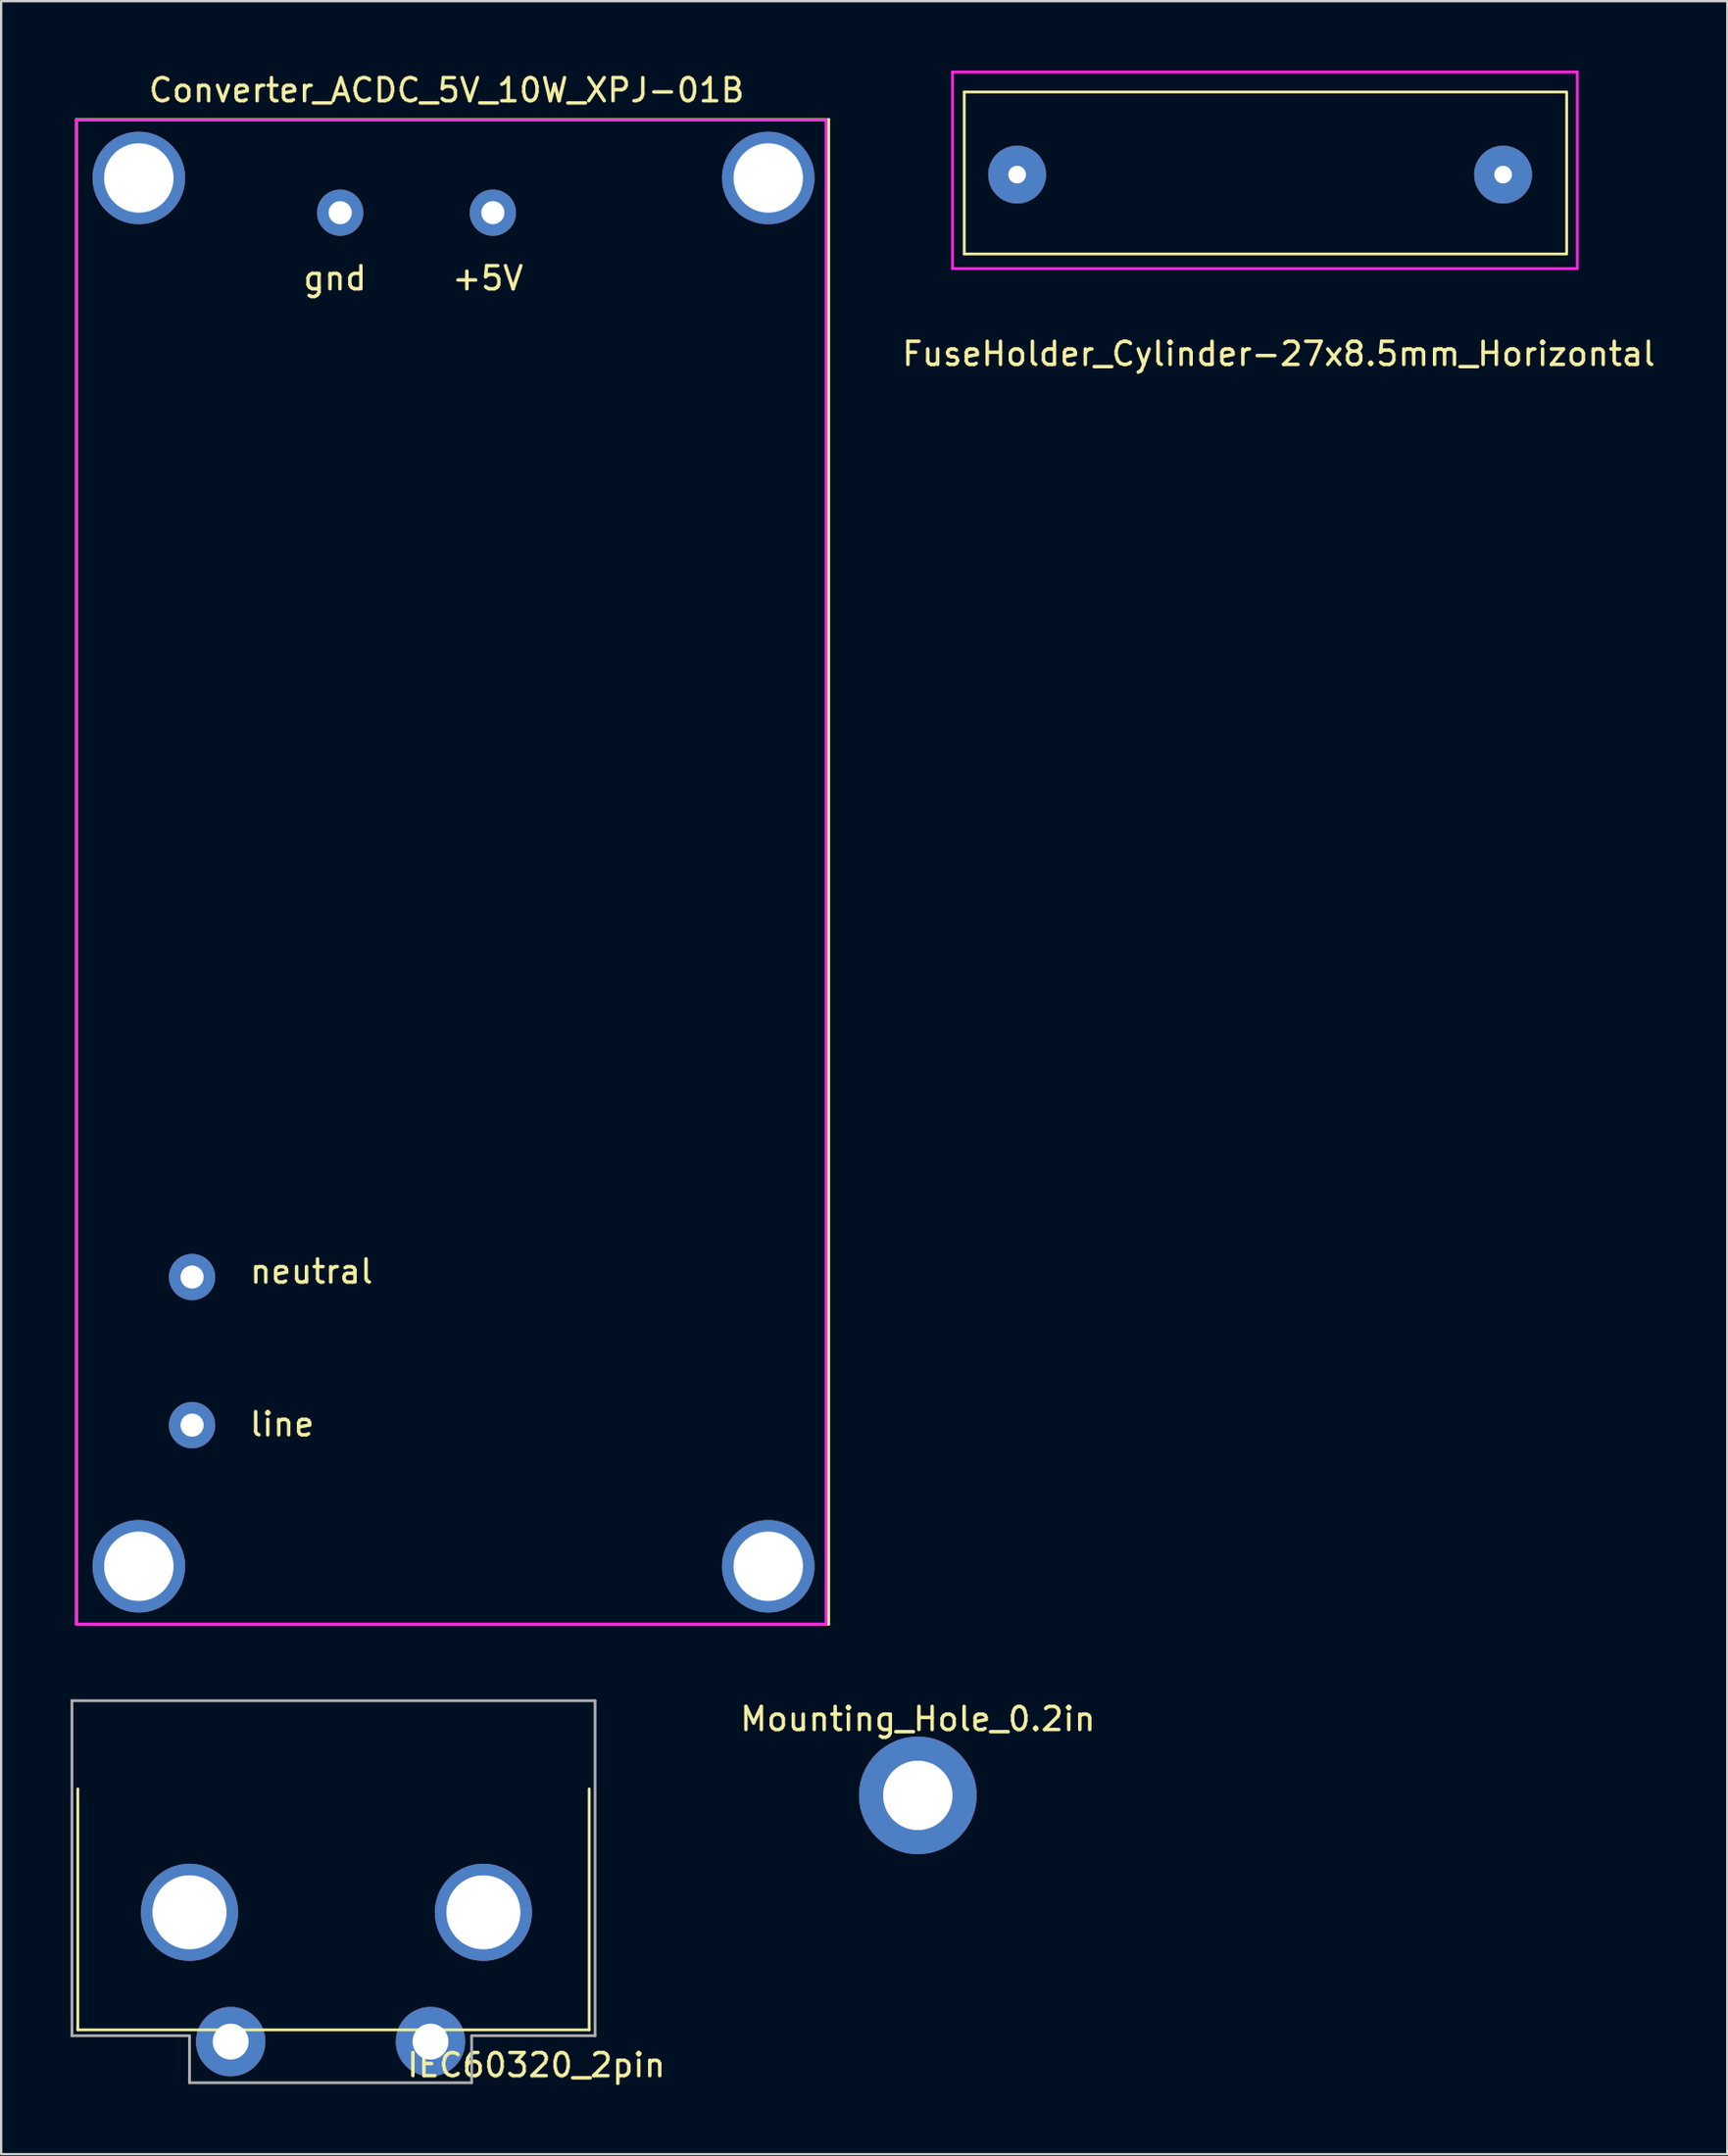
<source format=kicad_pcb>
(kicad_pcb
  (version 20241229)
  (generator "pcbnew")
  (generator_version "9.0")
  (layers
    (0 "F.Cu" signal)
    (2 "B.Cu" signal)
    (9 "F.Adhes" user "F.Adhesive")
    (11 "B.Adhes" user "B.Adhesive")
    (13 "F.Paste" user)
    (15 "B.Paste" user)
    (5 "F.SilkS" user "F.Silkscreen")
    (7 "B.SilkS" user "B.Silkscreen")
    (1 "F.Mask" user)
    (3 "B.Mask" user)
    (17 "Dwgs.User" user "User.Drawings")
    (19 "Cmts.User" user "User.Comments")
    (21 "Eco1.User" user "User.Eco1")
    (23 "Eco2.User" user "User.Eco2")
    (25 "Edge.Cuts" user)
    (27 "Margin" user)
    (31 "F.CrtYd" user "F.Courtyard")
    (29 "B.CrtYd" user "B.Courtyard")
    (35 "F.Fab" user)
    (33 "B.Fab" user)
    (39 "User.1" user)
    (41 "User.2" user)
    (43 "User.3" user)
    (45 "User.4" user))
  (footprint "FuseHolder_Cylinder-27x8.5mm_Horizontal"
    (layer "F.Cu")
    (at 40.906 4.496)
    (property "Reference" "FuseHolder_Cylinder-27x8.5mm_Horizontal" (at 11.303 7.747 0) (layer "F.SilkS") (effects (font (size 1 1) (thickness 0.15))))
    (attr through_hole)
    (fp_line (start -2.286 -3.571) (end -2.286 3.429) (stroke (width 0.12) (type solid)) (layer "F.SilkS"))
    (fp_line (start -2.286 -3.571) (end 23.714 -3.571) (stroke (width 0.12) (type solid)) (layer "F.SilkS"))
    (fp_line (start -2.286 3.429) (end 23.714 3.429) (stroke (width 0.12) (type solid)) (layer "F.SilkS"))
    (fp_line (start 23.749 -3.571) (end 23.749 3.429) (stroke (width 0.12) (type solid)) (layer "F.SilkS"))
    (fp_line (start -2.794 -4.436) (end -2.794 4.064) (stroke (width 0.12) (type solid)) (layer "F.CrtYd"))
    (fp_line (start -2.794 -4.436) (end 24.206 -4.436) (stroke (width 0.12) (type solid)) (layer "F.CrtYd"))
    (fp_line (start -2.794 4.064) (end 24.206 4.064) (stroke (width 0.12) (type solid)) (layer "F.CrtYd"))
    (fp_line (start 24.206 -4.436) (end 24.206 4.064) (stroke (width 0.12) (type solid)) (layer "F.CrtYd"))
    (pad "1" thru_hole circle (at 0 0) (size 2.5 2.5) (drill 0.762) (layers "*.Cu" "*.Mask"))
    (pad "2" thru_hole circle (at 21 0) (size 2.5 2.5) (drill 0.762) (layers "*.Cu" "*.Mask")))
  (footprint "IEC60320_2pin"
    (layer "F.Cu")
    (at 0.314 84.676)
    (property "Reference" "IEC60320_2pin" (at 19.812 1.524 0) (layer "F.SilkS") (effects (font (size 1 1) (thickness 0.15))))
    (attr through_hole)
    (fp_line (start 0 -10.414) (end 0 0) (stroke (width 0.12) (type solid)) (layer "F.SilkS"))
    (fp_line (start 0 0) (end 22.098 0) (stroke (width 0.12) (type solid)) (layer "F.SilkS"))
    (fp_line (start 22.098 0) (end 22.098 -10.414) (stroke (width 0.12) (type solid)) (layer "F.SilkS"))
    (fp_line (start -0.254 -14.224) (end -0.254 0.254) (stroke (width 0.12) (type solid)) (layer "F.Fab"))
    (fp_line (start -0.254 -14.224) (end 22.352 -14.224) (stroke (width 0.12) (type solid)) (layer "F.Fab"))
    (fp_line (start -0.254 0.254) (end 4.826 0.254) (stroke (width 0.12) (type solid)) (layer "F.Fab"))
    (fp_line (start 4.826 0.254) (end 4.826 2.286) (stroke (width 0.12) (type solid)) (layer "F.Fab"))
    (fp_line (start 4.826 2.286) (end 17.018 2.286) (stroke (width 0.12) (type solid)) (layer "F.Fab"))
    (fp_line (start 17.018 2.286) (end 17.018 0.254) (stroke (width 0.12) (type solid)) (layer "F.Fab"))
    (fp_line (start 22.352 -14.224) (end 22.352 0.254) (stroke (width 0.12) (type solid)) (layer "F.Fab"))
    (fp_line (start 22.352 0.254) (end 17.018 0.254) (stroke (width 0.12) (type solid)) (layer "F.Fab"))
    (pad "" thru_hole circle (at 4.826 -5.08) (size 4.2 4.2) (drill 3.2) (layers "*.Cu" "*.Mask"))
    (pad "" thru_hole circle (at 17.526 -5.08) (size 4.2 4.2) (drill 3.2) (layers "*.Cu" "*.Mask"))
    (pad "1" thru_hole circle (at 6.604 0.508) (size 3 3) (drill 1.55) (layers "*.Cu" "*.Mask"))
    (pad "2" thru_hole circle (at 15.24 0.508) (size 3 3) (drill 1.55) (layers "*.Cu" "*.Mask")))
  (footprint "Mounting_Hole_0.2in"
    (layer "F.Cu")
    (at 36.614 74.543)
    (property "Reference" "Mounting_Hole_0.2in" (at 0 -3.302 0) (unlocked yes) (layer "F.SilkS") (effects (font (size 1 1) (thickness 0.15))))
    (attr through_hole)
    (pad "" thru_hole circle (at 0 0) (size 5.08 5.08) (drill 3) (layers "*.Cu" "*.Mask")))
  (footprint "Converter_ACDC_5V_10W_XPJ-01B"
    (layer "F.Cu")
    (at 0.25 67.142)
    (property "Reference" "Converter_ACDC_5V_10W_XPJ-01B" (at 16.002 -66.294 0) (layer "F.SilkS") (effects (font (size 1 1) (thickness 0.15))))
    (attr through_hole)
    (fp_line (start 0 -65.024) (end 0 0) (stroke (width 0.12) (type solid)) (layer "F.SilkS"))
    (fp_line (start 0 0) (end 32.512 0) (stroke (width 0.12) (type solid)) (layer "F.SilkS"))
    (fp_line (start 32.512 -65.024) (end 0 -65.024) (stroke (width 0.12) (type solid)) (layer "F.SilkS"))
    (fp_line (start 32.512 -65.024) (end 32.512 0) (stroke (width 0.12) (type solid)) (layer "F.SilkS"))
    (fp_line (start 0 -65) (end 32.4 -65) (stroke (width 0.12) (type solid)) (layer "F.CrtYd"))
    (fp_line (start 0 0) (end 0 -65) (stroke (width 0.12) (type solid)) (layer "F.CrtYd"))
    (fp_line (start 0 0) (end 32.4 0) (stroke (width 0.12) (type solid)) (layer "F.CrtYd"))
    (fp_line (start 32.4 0) (end 32.4 -65) (stroke (width 0.12) (type solid)) (layer "F.CrtYd"))
    (fp_text user "line" (at 8.89 -8.636 0) (layer "F.SilkS") (effects (font (size 1 1) (thickness 0.15))))
    (fp_text user "neutral" (at 10.16 -15.24 0) (layer "F.SilkS") (effects (font (size 1 1) (thickness 0.15))))
    (fp_text user "+5V" (at 17.78 -58.166 0) (layer "F.SilkS") (effects (font (size 1 1) (thickness 0.15))))
    (fp_text user "gnd" (at 11.176 -58.166 0) (layer "F.SilkS") (effects (font (size 1 1) (thickness 0.15))))
    (pad "" thru_hole circle (at 2.7 -62.5) (size 4 4) (drill 3) (layers "*.Cu" "*.Mask"))
    (pad "" thru_hole circle (at 2.7 -2.5) (size 4 4) (drill 3) (layers "*.Cu" "*.Mask"))
    (pad "" thru_hole circle (at 29.9 -62.5) (size 4 4) (drill 3) (layers "*.Cu" "*.Mask"))
    (pad "" thru_hole circle (at 29.9 -2.5) (size 4 4) (drill 3) (layers "*.Cu" "*.Mask"))
    (pad "1" thru_hole circle (at 5 -15) (size 2 2) (drill 1) (layers "*.Cu" "*.Mask"))
    (pad "2" thru_hole circle (at 5 -8.6) (size 2 2) (drill 1) (layers "*.Cu" "*.Mask"))
    (pad "3" thru_hole circle (at 11.4 -61) (size 2 2) (drill 1) (layers "*.Cu" "*.Mask"))
    (pad "4" thru_hole circle (at 18 -61) (size 2 2) (drill 1) (layers "*.Cu" "*.Mask")))
  (gr_rect
    (start -3 -3)
    (end 71.596 90.049)
    (stroke (width 0.1) (type default))
    (fill no)
    (layer "Edge.Cuts")))
</source>
